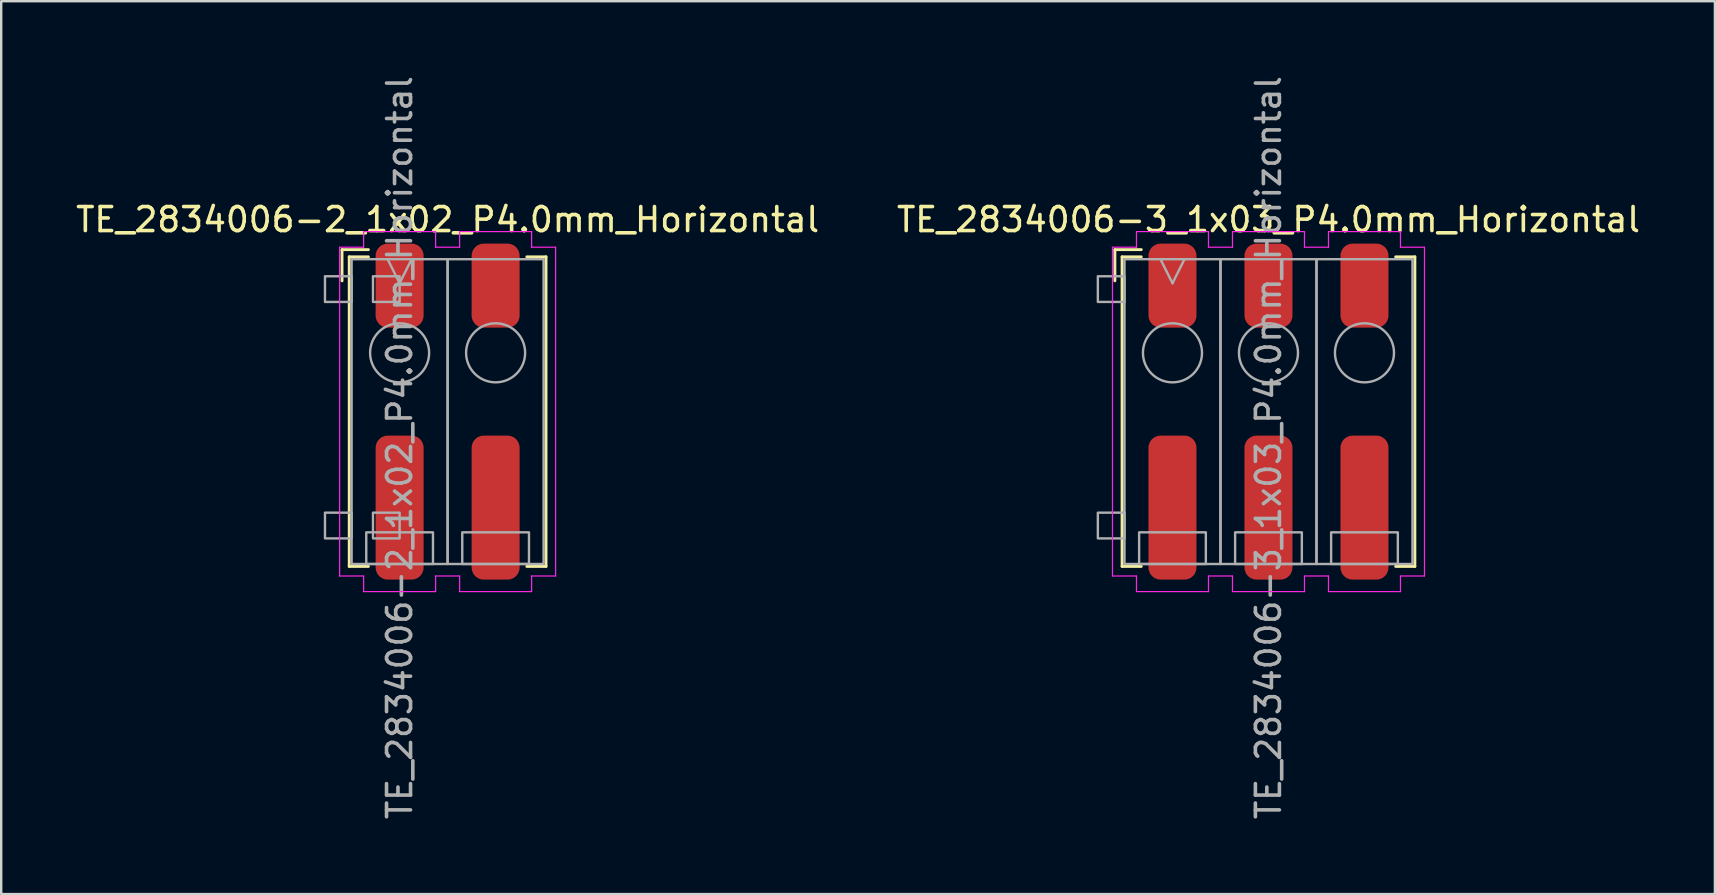
<source format=kicad_pcb>
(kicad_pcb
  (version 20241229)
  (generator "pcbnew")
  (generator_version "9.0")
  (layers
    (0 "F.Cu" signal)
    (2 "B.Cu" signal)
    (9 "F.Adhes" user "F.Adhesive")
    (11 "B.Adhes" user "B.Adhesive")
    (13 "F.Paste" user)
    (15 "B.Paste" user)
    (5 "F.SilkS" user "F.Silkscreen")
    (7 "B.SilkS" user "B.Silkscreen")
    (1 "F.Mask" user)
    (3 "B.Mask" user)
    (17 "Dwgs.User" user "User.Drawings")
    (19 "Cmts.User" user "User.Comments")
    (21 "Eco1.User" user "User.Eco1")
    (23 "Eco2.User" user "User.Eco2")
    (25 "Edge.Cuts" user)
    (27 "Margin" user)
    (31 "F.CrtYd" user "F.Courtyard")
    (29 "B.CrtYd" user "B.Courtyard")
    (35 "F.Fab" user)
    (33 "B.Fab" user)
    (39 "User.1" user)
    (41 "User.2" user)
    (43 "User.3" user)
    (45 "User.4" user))
  (footprint "TE_2834006-2_1x02_P4.0mm_Horizontal"
    (layer "F.Cu")
    (at 15.601 14.101)
    (property "Reference" "TE_2834006-2_1x02_P4.0mm_Horizontal" (at 0 -8 0) (unlocked yes) (layer "F.SilkS") (effects (font (size 1 1) (thickness 0.15))))
    (attr smd)
    (fp_line (start -4.4 -6.75) (end -4.4 -5.45) (stroke (width 0.12) (type solid)) (layer "F.SilkS"))
    (fp_line (start -4.1 -6.45) (end -3.3 -6.45) (stroke (width 0.12) (type solid)) (layer "F.SilkS"))
    (fp_line (start -4.1 6.45) (end -4.1 -6.45) (stroke (width 0.12) (type solid)) (layer "F.SilkS"))
    (fp_line (start -4.1 6.45) (end -3.3 6.45) (stroke (width 0.12) (type solid)) (layer "F.SilkS"))
    (fp_line (start -3.3 -6.75) (end -4.4 -6.75) (stroke (width 0.12) (type solid)) (layer "F.SilkS"))
    (fp_line (start 4.1 -6.45) (end 3.3 -6.45) (stroke (width 0.12) (type solid)) (layer "F.SilkS"))
    (fp_line (start 4.1 -6.45) (end 4.1 6.45) (stroke (width 0.12) (type solid)) (layer "F.SilkS"))
    (fp_line (start 4.1 6.45) (end 3.3 6.45) (stroke (width 0.12) (type solid)) (layer "F.SilkS"))
    (fp_line (start -4.5 -6.85) (end -4.5 6.85) (stroke (width 0.05) (type solid)) (layer "F.CrtYd"))
    (fp_line (start -4.5 -6.85) (end -3.5 -6.85) (stroke (width 0.05) (type solid)) (layer "F.CrtYd"))
    (fp_line (start -3.5 -7.5) (end -0.5 -7.5) (stroke (width 0.05) (type solid)) (layer "F.CrtYd"))
    (fp_line (start -3.5 -6.85) (end -3.5 -7.5) (stroke (width 0.05) (type solid)) (layer "F.CrtYd"))
    (fp_line (start -3.5 6.85) (end -4.5 6.85) (stroke (width 0.05) (type solid)) (layer "F.CrtYd"))
    (fp_line (start -3.5 7.5) (end -3.5 6.85) (stroke (width 0.05) (type solid)) (layer "F.CrtYd"))
    (fp_line (start -0.5 -7.5) (end -0.5 -6.85) (stroke (width 0.05) (type solid)) (layer "F.CrtYd"))
    (fp_line (start -0.5 -6.85) (end 0.5 -6.85) (stroke (width 0.05) (type solid)) (layer "F.CrtYd"))
    (fp_line (start -0.5 6.85) (end -0.5 7.5) (stroke (width 0.05) (type solid)) (layer "F.CrtYd"))
    (fp_line (start -0.5 7.5) (end -3.5 7.5) (stroke (width 0.05) (type solid)) (layer "F.CrtYd"))
    (fp_line (start 0.5 -7.5) (end 3.5 -7.5) (stroke (width 0.05) (type solid)) (layer "F.CrtYd"))
    (fp_line (start 0.5 -6.85) (end 0.5 -7.5) (stroke (width 0.05) (type solid)) (layer "F.CrtYd"))
    (fp_line (start 0.5 6.85) (end -0.5 6.85) (stroke (width 0.05) (type solid)) (layer "F.CrtYd"))
    (fp_line (start 0.5 7.5) (end 0.5 6.85) (stroke (width 0.05) (type solid)) (layer "F.CrtYd"))
    (fp_line (start 3.5 -7.5) (end 3.5 -6.85) (stroke (width 0.05) (type solid)) (layer "F.CrtYd"))
    (fp_line (start 3.5 -6.85) (end 4.5 -6.85) (stroke (width 0.05) (type solid)) (layer "F.CrtYd"))
    (fp_line (start 3.5 6.85) (end 3.5 7.5) (stroke (width 0.05) (type solid)) (layer "F.CrtYd"))
    (fp_line (start 3.5 7.5) (end 0.5 7.5) (stroke (width 0.05) (type solid)) (layer "F.CrtYd"))
    (fp_line (start 4.5 -6.85) (end 4.5 6.85) (stroke (width 0.05) (type solid)) (layer "F.CrtYd"))
    (fp_line (start 4.5 6.85) (end 3.5 6.85) (stroke (width 0.05) (type solid)) (layer "F.CrtYd"))
    (fp_line (start -2 -5.35) (end -2.5 -6.35) (stroke (width 0.1) (type solid)) (layer "F.Fab"))
    (fp_line (start -1.5 -6.35) (end -2 -5.35) (stroke (width 0.1) (type solid)) (layer "F.Fab"))
    (fp_rect (start -5.11 -5.64) (end -4 -4.569) (stroke (width 0.1) (type solid)) (fill no) (layer "F.Fab"))
    (fp_rect (start -5.11 4.21) (end -4 5.282) (stroke (width 0.1) (type solid)) (fill no) (layer "F.Fab"))
    (fp_rect (start -4 -6.35) (end 0 6.35) (stroke (width 0.1) (type solid)) (fill no) (layer "F.Fab"))
    (fp_rect (start -3.39 5.03) (end -0.61 6.35) (stroke (width 0.1) (type solid)) (fill no) (layer "F.Fab"))
    (fp_rect (start -3.11 -5.64) (end -2 -4.569) (stroke (width 0.1) (type solid)) (fill no) (layer "F.Fab"))
    (fp_rect (start -3.11 4.21) (end -2 5.282) (stroke (width 0.1) (type solid)) (fill no) (layer "F.Fab"))
    (fp_rect (start 0 -6.35) (end 4 6.35) (stroke (width 0.1) (type solid)) (fill no) (layer "F.Fab"))
    (fp_rect (start 0.61 5.03) (end 3.39 6.35) (stroke (width 0.1) (type solid)) (fill no) (layer "F.Fab"))
    (fp_circle (center -2 -2.45) (end -0.77 -2.45) (stroke (width 0.1) (type solid)) (fill no) (layer "F.Fab"))
    (fp_circle (center 2 -2.45) (end 3.23 -2.45) (stroke (width 0.1) (type solid)) (fill no) (layer "F.Fab"))
    (fp_text user "${REFERENCE}" (at -2 1.5 90) (unlocked yes) (layer "F.Fab") (effects (font (size 1 1) (thickness 0.15))))
    (pad "1" smd roundrect (at -2 -5.25) (size 2 3.5) (layers "F.Cu" "F.Mask" "F.Paste") (roundrect_rratio 0.25))
    (pad "1" smd roundrect (at -2 4) (size 2 6) (layers "F.Cu" "F.Mask" "F.Paste") (roundrect_rratio 0.25))
    (pad "2" smd roundrect (at 2 -5.25) (size 2 3.5) (layers "F.Cu" "F.Mask" "F.Paste") (roundrect_rratio 0.25))
    (pad "2" smd roundrect (at 2 4) (size 2 6) (layers "F.Cu" "F.Mask" "F.Paste") (roundrect_rratio 0.25)))
  (footprint "TE_2834006-3_1x03_P4.0mm_Horizontal"
    (layer "F.Cu")
    (at 49.804 14.101)
    (property "Reference" "TE_2834006-3_1x03_P4.0mm_Horizontal" (at 0 -8 0) (unlocked yes) (layer "F.SilkS") (effects (font (size 1 1) (thickness 0.15))))
    (attr smd)
    (fp_line (start -6.4 -6.75) (end -6.4 -5.45) (stroke (width 0.12) (type solid)) (layer "F.SilkS"))
    (fp_line (start -6.1 -6.45) (end -5.3 -6.45) (stroke (width 0.12) (type solid)) (layer "F.SilkS"))
    (fp_line (start -6.1 6.45) (end -6.1 -6.45) (stroke (width 0.12) (type solid)) (layer "F.SilkS"))
    (fp_line (start -6.1 6.45) (end -5.3 6.45) (stroke (width 0.12) (type solid)) (layer "F.SilkS"))
    (fp_line (start -5.3 -6.75) (end -6.4 -6.75) (stroke (width 0.12) (type solid)) (layer "F.SilkS"))
    (fp_line (start 6.1 -6.45) (end 5.3 -6.45) (stroke (width 0.12) (type solid)) (layer "F.SilkS"))
    (fp_line (start 6.1 -6.45) (end 6.1 6.45) (stroke (width 0.12) (type solid)) (layer "F.SilkS"))
    (fp_line (start 6.1 6.45) (end 5.3 6.45) (stroke (width 0.12) (type solid)) (layer "F.SilkS"))
    (fp_line (start -6.5 -6.85) (end -6.5 6.85) (stroke (width 0.05) (type solid)) (layer "F.CrtYd"))
    (fp_line (start -6.5 -6.85) (end -5.5 -6.85) (stroke (width 0.05) (type solid)) (layer "F.CrtYd"))
    (fp_line (start -5.5 -7.5) (end -2.5 -7.5) (stroke (width 0.05) (type solid)) (layer "F.CrtYd"))
    (fp_line (start -5.5 -6.85) (end -5.5 -7.5) (stroke (width 0.05) (type solid)) (layer "F.CrtYd"))
    (fp_line (start -5.5 6.85) (end -6.5 6.85) (stroke (width 0.05) (type solid)) (layer "F.CrtYd"))
    (fp_line (start -5.5 7.5) (end -5.5 6.85) (stroke (width 0.05) (type solid)) (layer "F.CrtYd"))
    (fp_line (start -2.5 -7.5) (end -2.5 -6.85) (stroke (width 0.05) (type solid)) (layer "F.CrtYd"))
    (fp_line (start -2.5 -6.85) (end -1.5 -6.85) (stroke (width 0.05) (type solid)) (layer "F.CrtYd"))
    (fp_line (start -2.5 6.85) (end -2.5 7.5) (stroke (width 0.05) (type solid)) (layer "F.CrtYd"))
    (fp_line (start -2.5 7.5) (end -5.5 7.5) (stroke (width 0.05) (type solid)) (layer "F.CrtYd"))
    (fp_line (start -1.5 -7.5) (end 1.5 -7.5) (stroke (width 0.05) (type solid)) (layer "F.CrtYd"))
    (fp_line (start -1.5 -6.85) (end -1.5 -7.5) (stroke (width 0.05) (type solid)) (layer "F.CrtYd"))
    (fp_line (start -1.5 6.85) (end -2.5 6.85) (stroke (width 0.05) (type solid)) (layer "F.CrtYd"))
    (fp_line (start -1.5 7.5) (end -1.5 6.85) (stroke (width 0.05) (type solid)) (layer "F.CrtYd"))
    (fp_line (start 1.5 -7.5) (end 1.5 -6.85) (stroke (width 0.05) (type solid)) (layer "F.CrtYd"))
    (fp_line (start 1.5 -6.85) (end 2.5 -6.85) (stroke (width 0.05) (type solid)) (layer "F.CrtYd"))
    (fp_line (start 1.5 6.85) (end 1.5 7.5) (stroke (width 0.05) (type solid)) (layer "F.CrtYd"))
    (fp_line (start 1.5 7.5) (end -1.5 7.5) (stroke (width 0.05) (type solid)) (layer "F.CrtYd"))
    (fp_line (start 2.5 -7.5) (end 5.5 -7.5) (stroke (width 0.05) (type solid)) (layer "F.CrtYd"))
    (fp_line (start 2.5 -6.85) (end 2.5 -7.5) (stroke (width 0.05) (type solid)) (layer "F.CrtYd"))
    (fp_line (start 2.5 6.85) (end 1.5 6.85) (stroke (width 0.05) (type solid)) (layer "F.CrtYd"))
    (fp_line (start 2.5 7.5) (end 2.5 6.85) (stroke (width 0.05) (type solid)) (layer "F.CrtYd"))
    (fp_line (start 5.5 -7.5) (end 5.5 -6.85) (stroke (width 0.05) (type solid)) (layer "F.CrtYd"))
    (fp_line (start 5.5 -6.85) (end 6.5 -6.85) (stroke (width 0.05) (type solid)) (layer "F.CrtYd"))
    (fp_line (start 5.5 6.85) (end 5.5 7.5) (stroke (width 0.05) (type solid)) (layer "F.CrtYd"))
    (fp_line (start 5.5 7.5) (end 2.5 7.5) (stroke (width 0.05) (type solid)) (layer "F.CrtYd"))
    (fp_line (start 6.5 -6.85) (end 6.5 6.85) (stroke (width 0.05) (type solid)) (layer "F.CrtYd"))
    (fp_line (start 6.5 6.85) (end 5.5 6.85) (stroke (width 0.05) (type solid)) (layer "F.CrtYd"))
    (fp_line (start -4 -5.35) (end -4.5 -6.35) (stroke (width 0.1) (type solid)) (layer "F.Fab"))
    (fp_line (start -3.5 -6.35) (end -4 -5.35) (stroke (width 0.1) (type solid)) (layer "F.Fab"))
    (fp_rect (start -7.11 -5.64) (end -6 -4.569) (stroke (width 0.1) (type solid)) (fill no) (layer "F.Fab"))
    (fp_rect (start -7.11 4.21) (end -6 5.282) (stroke (width 0.1) (type solid)) (fill no) (layer "F.Fab"))
    (fp_rect (start -6 -6.35) (end -2 6.35) (stroke (width 0.1) (type solid)) (fill no) (layer "F.Fab"))
    (fp_rect (start -5.39 5.03) (end -2.61 6.35) (stroke (width 0.1) (type solid)) (fill no) (layer "F.Fab"))
    (fp_rect (start -2 -6.35) (end 2 6.35) (stroke (width 0.1) (type solid)) (fill no) (layer "F.Fab"))
    (fp_rect (start -1.39 5.03) (end 1.39 6.35) (stroke (width 0.1) (type solid)) (fill no) (layer "F.Fab"))
    (fp_rect (start 2 -6.35) (end 6 6.35) (stroke (width 0.1) (type solid)) (fill no) (layer "F.Fab"))
    (fp_rect (start 2.61 5.03) (end 5.39 6.35) (stroke (width 0.1) (type solid)) (fill no) (layer "F.Fab"))
    (fp_circle (center -4 -2.45) (end -2.77 -2.45) (stroke (width 0.1) (type solid)) (fill no) (layer "F.Fab"))
    (fp_circle (center 0 -2.45) (end 1.23 -2.45) (stroke (width 0.1) (type solid)) (fill no) (layer "F.Fab"))
    (fp_circle (center 4 -2.45) (end 5.23 -2.45) (stroke (width 0.1) (type solid)) (fill no) (layer "F.Fab"))
    (fp_text user "${REFERENCE}" (at 0 1.5 90) (unlocked yes) (layer "F.Fab") (effects (font (size 1 1) (thickness 0.15))))
    (pad "1" smd roundrect (at -4 -5.25) (size 2 3.5) (layers "F.Cu" "F.Mask" "F.Paste") (roundrect_rratio 0.25))
    (pad "1" smd roundrect (at -4 4) (size 2 6) (layers "F.Cu" "F.Mask" "F.Paste") (roundrect_rratio 0.25))
    (pad "2" smd roundrect (at 0 -5.25) (size 2 3.5) (layers "F.Cu" "F.Mask" "F.Paste") (roundrect_rratio 0.25))
    (pad "2" smd roundrect (at 0 4) (size 2 6) (layers "F.Cu" "F.Mask" "F.Paste") (roundrect_rratio 0.25))
    (pad "3" smd roundrect (at 4 -5.25) (size 2 3.5) (layers "F.Cu" "F.Mask" "F.Paste") (roundrect_rratio 0.25))
    (pad "3" smd roundrect (at 4 4) (size 2 6) (layers "F.Cu" "F.Mask" "F.Paste") (roundrect_rratio 0.25)))
  (gr_rect
    (start -3 -3)
    (end 68.405 34.202)
    (stroke (width 0.1) (type default))
    (fill no)
    (layer "Edge.Cuts")))
</source>
